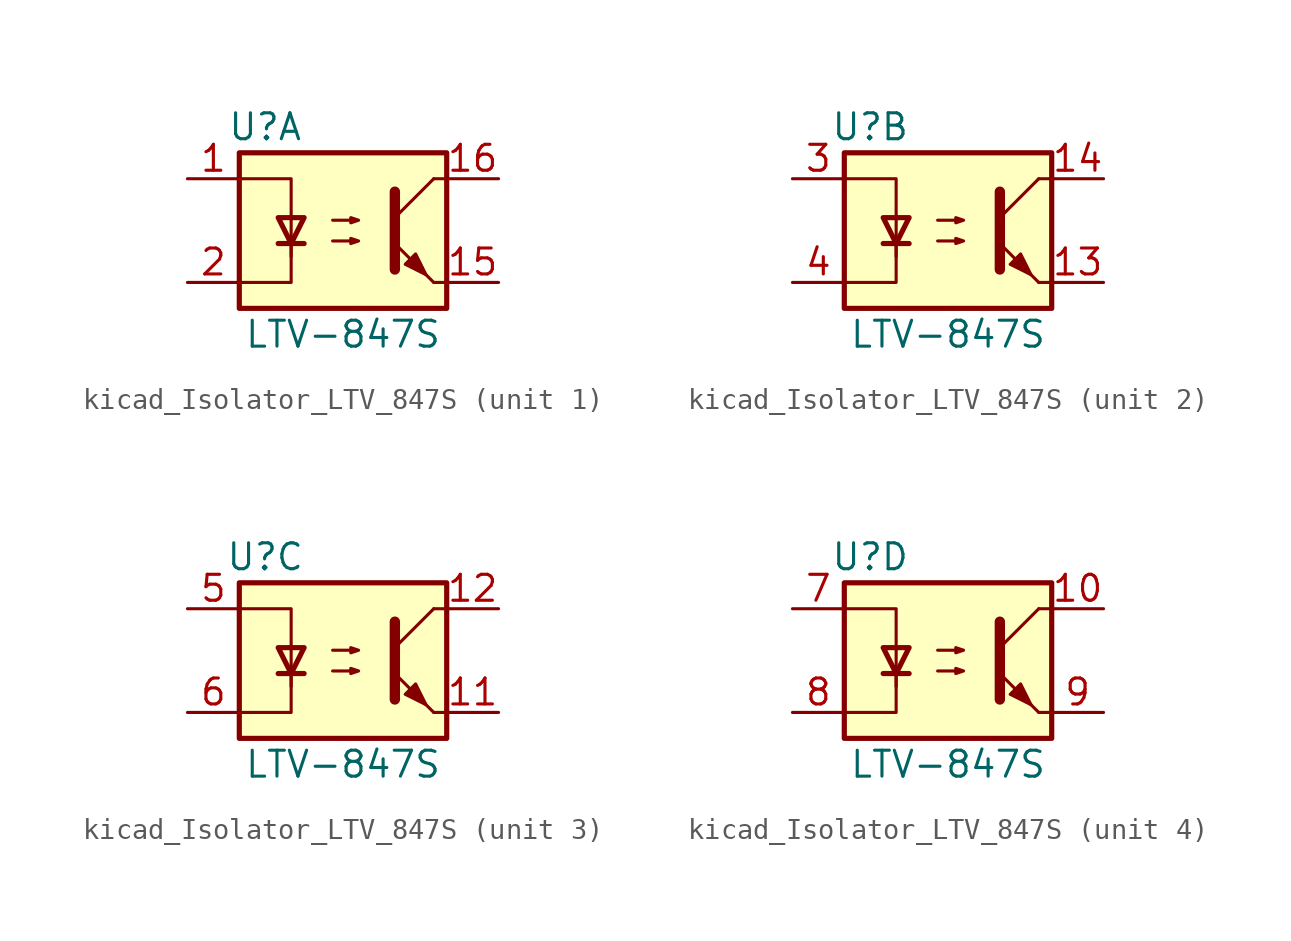
<source format=kicad_sym>
(kicad_symbol_lib
  (version 20220914)
  (generator kicad_symbol_editor)
  (symbol "kicad_Isolator_LTV_847S"
    (pin_names
      (offset 1.016))
    (property "Reference" "U"
      (at -3.81 5.08 0)
      (effects (font (size 1.27 1.27))))
    (property "Value" "LTV-847S"
      (at 0 -5.08 0)
      (effects (font (size 1.27 1.27))))
    (symbol "kicad_Isolator_LTV_847S_0_1"
      (rectangle (start -5.08 3.81) (end 5.08 -3.81) (stroke (width 0.254) (type default)) (fill (type background)))
      (polyline (pts (xy -3.175 -0.635) (xy -1.905 -0.635)) (stroke (width 0.254) (type default)) (fill (type none)))
      (polyline (pts (xy 2.54 0.635) (xy 4.445 2.54)) (stroke (width 0) (type default)) (fill (type none)))
      (polyline (pts (xy 4.445 -2.54) (xy 2.54 -0.635)) (stroke (width 0) (type default)) (fill (type outline)))
      (polyline (pts (xy 4.445 -2.54) (xy 5.08 -2.54)) (stroke (width 0) (type default)) (fill (type none)))
      (polyline (pts (xy 4.445 2.54) (xy 5.08 2.54)) (stroke (width 0) (type default)) (fill (type none)))
      (polyline (pts (xy -2.54 -0.635) (xy -2.54 -2.54) (xy -5.08 -2.54)) (stroke (width 0) (type default)) (fill (type none)))
      (polyline (pts (xy 2.54 1.905) (xy 2.54 -1.905) (xy 2.54 -1.905)) (stroke (width 0.508) (type default)) (fill (type none)))
      (polyline (pts (xy -5.08 2.54) (xy -2.54 2.54) (xy -2.54 -1.27) (xy -2.54 0.635)) (stroke (width 0) (type default)) (fill (type none)))
      (polyline (pts (xy -2.54 -0.635) (xy -3.175 0.635) (xy -1.905 0.635) (xy -2.54 -0.635)) (stroke (width 0.254) (type default)) (fill (type none)))
      (polyline (pts (xy -0.508 -0.508) (xy 0.762 -0.508) (xy 0.381 -0.635) (xy 0.381 -0.381) (xy 0.762 -0.508)) (stroke (width 0) (type default)) (fill (type none)))
      (polyline (pts (xy -0.508 0.508) (xy 0.762 0.508) (xy 0.381 0.381) (xy 0.381 0.635) (xy 0.762 0.508)) (stroke (width 0) (type default)) (fill (type none)))
      (polyline (pts (xy 3.048 -1.651) (xy 3.556 -1.143) (xy 4.064 -2.159) (xy 3.048 -1.651) (xy 3.048 -1.651)) (stroke (width 0) (type default)) (fill (type outline))))
    (symbol "kicad_Isolator_LTV_847S_1_1"
      (pin passive line (at -7.62 2.54 0) (length 2.54) (name "~" (effects (font (size 1.27 1.27)))) (number "1" (effects (font (size 1.27 1.27)))))
      (pin passive line (at 7.62 -2.54 180) (length 2.54) (name "~" (effects (font (size 1.27 1.27)))) (number "15" (effects (font (size 1.27 1.27)))))
      (pin passive line (at 7.62 2.54 180) (length 2.54) (name "~" (effects (font (size 1.27 1.27)))) (number "16" (effects (font (size 1.27 1.27)))))
      (pin passive line (at -7.62 -2.54 0) (length 2.54) (name "~" (effects (font (size 1.27 1.27)))) (number "2" (effects (font (size 1.27 1.27))))))
    (symbol "kicad_Isolator_LTV_847S_2_1"
      (pin passive line (at 7.62 -2.54 180) (length 2.54) (name "~" (effects (font (size 1.27 1.27)))) (number "13" (effects (font (size 1.27 1.27)))))
      (pin passive line (at 7.62 2.54 180) (length 2.54) (name "~" (effects (font (size 1.27 1.27)))) (number "14" (effects (font (size 1.27 1.27)))))
      (pin passive line (at -7.62 2.54 0) (length 2.54) (name "~" (effects (font (size 1.27 1.27)))) (number "3" (effects (font (size 1.27 1.27)))))
      (pin passive line (at -7.62 -2.54 0) (length 2.54) (name "~" (effects (font (size 1.27 1.27)))) (number "4" (effects (font (size 1.27 1.27))))))
    (symbol "kicad_Isolator_LTV_847S_3_1"
      (pin passive line (at 7.62 -2.54 180) (length 2.54) (name "~" (effects (font (size 1.27 1.27)))) (number "11" (effects (font (size 1.27 1.27)))))
      (pin passive line (at 7.62 2.54 180) (length 2.54) (name "~" (effects (font (size 1.27 1.27)))) (number "12" (effects (font (size 1.27 1.27)))))
      (pin passive line (at -7.62 2.54 0) (length 2.54) (name "~" (effects (font (size 1.27 1.27)))) (number "5" (effects (font (size 1.27 1.27)))))
      (pin passive line (at -7.62 -2.54 0) (length 2.54) (name "~" (effects (font (size 1.27 1.27)))) (number "6" (effects (font (size 1.27 1.27))))))
    (symbol "kicad_Isolator_LTV_847S_4_1"
      (pin passive line (at 7.62 2.54 180) (length 2.54) (name "~" (effects (font (size 1.27 1.27)))) (number "10" (effects (font (size 1.27 1.27)))))
      (pin passive line (at -7.62 2.54 0) (length 2.54) (name "~" (effects (font (size 1.27 1.27)))) (number "7" (effects (font (size 1.27 1.27)))))
      (pin passive line (at -7.62 -2.54 0) (length 2.54) (name "~" (effects (font (size 1.27 1.27)))) (number "8" (effects (font (size 1.27 1.27)))))
      (pin passive line (at 7.62 -2.54 180) (length 2.54) (name "~" (effects (font (size 1.27 1.27)))) (number "9" (effects (font (size 1.27 1.27))))))))
</source>
